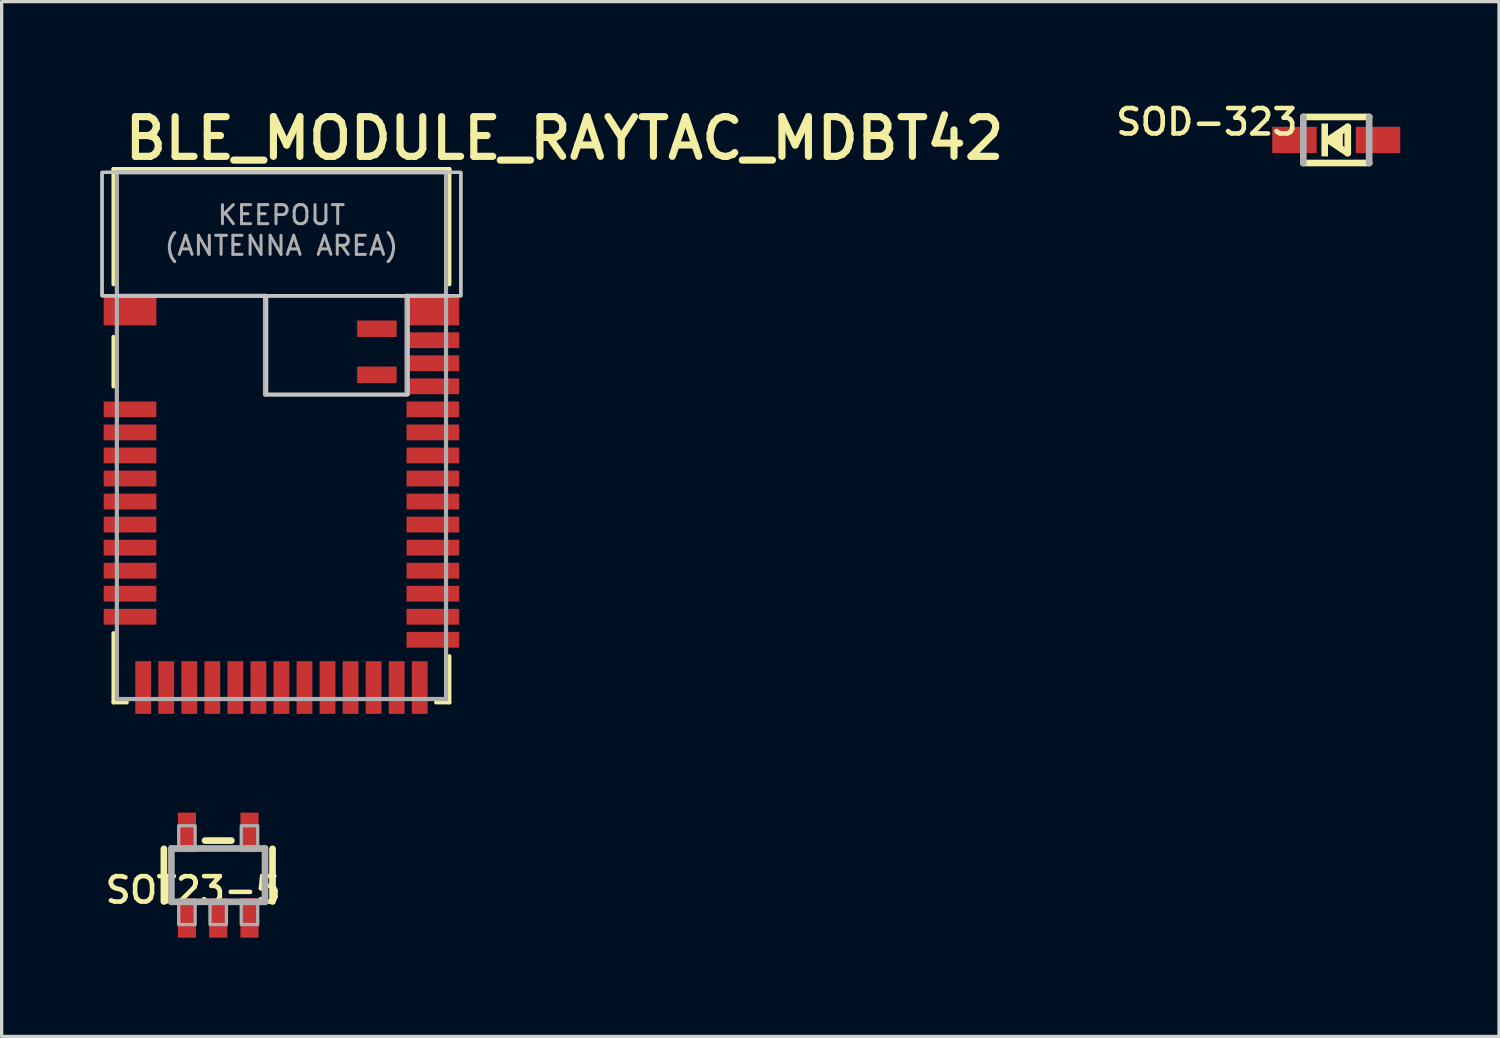
<source format=kicad_pcb>
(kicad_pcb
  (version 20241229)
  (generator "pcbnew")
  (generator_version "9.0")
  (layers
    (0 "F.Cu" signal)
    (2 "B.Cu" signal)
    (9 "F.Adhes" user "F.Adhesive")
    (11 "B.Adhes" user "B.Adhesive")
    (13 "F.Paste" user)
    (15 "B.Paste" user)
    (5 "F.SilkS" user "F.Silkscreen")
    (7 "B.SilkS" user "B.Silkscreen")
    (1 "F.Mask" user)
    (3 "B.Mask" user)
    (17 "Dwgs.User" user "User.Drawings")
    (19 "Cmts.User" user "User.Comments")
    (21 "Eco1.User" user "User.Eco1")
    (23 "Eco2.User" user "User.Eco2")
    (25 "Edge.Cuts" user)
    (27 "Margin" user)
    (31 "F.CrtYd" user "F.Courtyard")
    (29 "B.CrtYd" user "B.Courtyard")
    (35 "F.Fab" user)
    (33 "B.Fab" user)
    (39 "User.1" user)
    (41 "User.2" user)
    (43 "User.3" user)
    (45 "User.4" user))
  (footprint "BLE_MODULE_RAYTAC_MDBT42"
    (layer "F.Cu")
    (at 5.5 10.186)
    (property "Reference" "BLE_MODULE_RAYTAC_MDBT42" (at -4.866 -8.328 0) (layer "F.SilkS") (effects (font (size 1.206 1.206) (thickness 0.217)) (justify left bottom)))
    (attr through_hole)
    (fp_line (start -5.1 -8.1) (end 5.1 -8.1) (stroke (width 0.127) (type solid)) (layer "F.SilkS"))
    (fp_line (start -5.1 -4.6) (end -5.1 -8.1) (stroke (width 0.127) (type solid)) (layer "F.SilkS"))
    (fp_line (start -5.1 -3) (end -5.1 -1.5) (stroke (width 0.127) (type solid)) (layer "F.SilkS"))
    (fp_line (start -5.1 8.1) (end -5.1 6) (stroke (width 0.127) (type solid)) (layer "F.SilkS"))
    (fp_line (start -4.7 8.1) (end -5.1 8.1) (stroke (width 0.127) (type solid)) (layer "F.SilkS"))
    (fp_line (start 4.7 8.1) (end 5.1 8.1) (stroke (width 0.127) (type solid)) (layer "F.SilkS"))
    (fp_line (start 5.1 -8.1) (end 5.1 -4.6) (stroke (width 0.127) (type solid)) (layer "F.SilkS"))
    (fp_line (start 5.1 8.1) (end 5.1 6.7) (stroke (width 0.127) (type solid)) (layer "F.SilkS"))
    (fp_poly (pts (xy -5.45 -4.25) (xy 5.45 -4.25) (xy 5.45 -8) (xy -5.45 -8)) (stroke (width 0.1) (type solid)) (fill no) (layer "Dwgs.User"))
    (fp_poly (pts (xy -0.45 -1.25) (xy 3.85 -1.25) (xy 3.85 -4.25) (xy -0.45 -4.25)) (stroke (width 0.1) (type solid)) (fill no) (layer "Dwgs.User"))
    (fp_poly (pts (xy 5.45 -8) (xy -5.45 -8) (xy -5.45 -4.25) (xy 5.45 -4.25)) (stroke (width 0.1) (type solid)) (fill no) (layer "Dwgs.User"))
    (fp_line (start -5 -8) (end 5 -8) (stroke (width 0.127) (type solid)) (layer "F.Fab"))
    (fp_line (start -5 -4.25) (end -5 -8) (stroke (width 0.127) (type solid)) (layer "F.Fab"))
    (fp_line (start -5 -4.25) (end -0.5 -4.25) (stroke (width 0.127) (type solid)) (layer "F.Fab"))
    (fp_line (start -5 8) (end -5 -4.25) (stroke (width 0.127) (type solid)) (layer "F.Fab"))
    (fp_line (start -0.5 -4.25) (end -0.5 -1.25) (stroke (width 0.127) (type solid)) (layer "F.Fab"))
    (fp_line (start -0.5 -1.25) (end 3.8 -1.25) (stroke (width 0.127) (type solid)) (layer "F.Fab"))
    (fp_line (start 3.8 -4.25) (end 5 -4.25) (stroke (width 0.127) (type solid)) (layer "F.Fab"))
    (fp_line (start 3.8 -1.25) (end 3.8 -4.25) (stroke (width 0.127) (type solid)) (layer "F.Fab"))
    (fp_line (start 5 -8) (end 5 -4.25) (stroke (width 0.127) (type solid)) (layer "F.Fab"))
    (fp_line (start 5 -4.25) (end 5 8) (stroke (width 0.127) (type solid)) (layer "F.Fab"))
    (fp_line (start 5 8) (end -5 8) (stroke (width 0.127) (type solid)) (layer "F.Fab"))
    (fp_text user "KEEPOUT\n(ANTENNA AREA)" (at 0 -6.238 0) (layer "F.Fab") (effects (font (size 0.579 0.579) (thickness 0.091))))
    (pad "1" smd rect (at -4.6 -3.8) (size 1.6 0.9) (layers "F.Cu" "F.Mask" "F.Paste"))
    (pad "2" smd rect (at -4.6 -0.8) (size 1.6 0.48) (layers "F.Cu" "F.Mask" "F.Paste"))
    (pad "3" smd rect (at -4.6 -0.1) (size 1.6 0.48) (layers "F.Cu" "F.Mask" "F.Paste"))
    (pad "4" smd rect (at -4.6 0.6) (size 1.6 0.48) (layers "F.Cu" "F.Mask" "F.Paste"))
    (pad "5" smd rect (at -4.6 1.3) (size 1.6 0.48) (layers "F.Cu" "F.Mask" "F.Paste"))
    (pad "6" smd rect (at -4.6 2) (size 1.6 0.48) (layers "F.Cu" "F.Mask" "F.Paste"))
    (pad "7" smd rect (at -4.6 2.7) (size 1.6 0.48) (layers "F.Cu" "F.Mask" "F.Paste"))
    (pad "8" smd rect (at -4.6 3.4) (size 1.6 0.48) (layers "F.Cu" "F.Mask" "F.Paste"))
    (pad "9" smd rect (at -4.6 4.1) (size 1.6 0.48) (layers "F.Cu" "F.Mask" "F.Paste"))
    (pad "10" smd rect (at -4.6 4.8) (size 1.6 0.48) (layers "F.Cu" "F.Mask" "F.Paste"))
    (pad "11" smd rect (at -4.6 5.5) (size 1.6 0.48) (layers "F.Cu" "F.Mask" "F.Paste"))
    (pad "12" smd rect (at -4.2 7.65 90) (size 1.6 0.48) (layers "F.Cu" "F.Mask" "F.Paste"))
    (pad "13" smd rect (at -3.5 7.65 90) (size 1.6 0.48) (layers "F.Cu" "F.Mask" "F.Paste"))
    (pad "14" smd rect (at -2.8 7.65 90) (size 1.6 0.48) (layers "F.Cu" "F.Mask" "F.Paste"))
    (pad "15" smd rect (at -2.1 7.65 90) (size 1.6 0.48) (layers "F.Cu" "F.Mask" "F.Paste"))
    (pad "16" smd rect (at -1.4 7.65 90) (size 1.6 0.48) (layers "F.Cu" "F.Mask" "F.Paste"))
    (pad "17" smd rect (at -0.7 7.65 90) (size 1.6 0.48) (layers "F.Cu" "F.Mask" "F.Paste"))
    (pad "18" smd rect (at 0 7.65 90) (size 1.6 0.48) (layers "F.Cu" "F.Mask" "F.Paste"))
    (pad "19" smd rect (at 0.7 7.65 90) (size 1.6 0.48) (layers "F.Cu" "F.Mask" "F.Paste"))
    (pad "20" smd rect (at 1.4 7.65 90) (size 1.6 0.48) (layers "F.Cu" "F.Mask" "F.Paste"))
    (pad "21" smd rect (at 2.1 7.65 90) (size 1.6 0.48) (layers "F.Cu" "F.Mask" "F.Paste"))
    (pad "22" smd rect (at 2.8 7.65 90) (size 1.6 0.48) (layers "F.Cu" "F.Mask" "F.Paste"))
    (pad "23" smd rect (at 3.5 7.65 90) (size 1.6 0.48) (layers "F.Cu" "F.Mask" "F.Paste"))
    (pad "24" smd rect (at 4.2 7.65 90) (size 1.6 0.48) (layers "F.Cu" "F.Mask" "F.Paste"))
    (pad "25" smd rect (at 4.6 6.2) (size 1.6 0.48) (layers "F.Cu" "F.Mask" "F.Paste"))
    (pad "26" smd rect (at 4.6 5.5) (size 1.6 0.48) (layers "F.Cu" "F.Mask" "F.Paste"))
    (pad "27" smd rect (at 4.6 4.8) (size 1.6 0.48) (layers "F.Cu" "F.Mask" "F.Paste"))
    (pad "28" smd rect (at 4.6 4.1) (size 1.6 0.48) (layers "F.Cu" "F.Mask" "F.Paste"))
    (pad "29" smd rect (at 4.6 3.4) (size 1.6 0.48) (layers "F.Cu" "F.Mask" "F.Paste"))
    (pad "30" smd rect (at 4.6 2.7) (size 1.6 0.48) (layers "F.Cu" "F.Mask" "F.Paste"))
    (pad "31" smd rect (at 4.6 2) (size 1.6 0.48) (layers "F.Cu" "F.Mask" "F.Paste"))
    (pad "32" smd rect (at 4.6 1.3) (size 1.6 0.48) (layers "F.Cu" "F.Mask" "F.Paste"))
    (pad "33" smd rect (at 4.6 0.6) (size 1.6 0.48) (layers "F.Cu" "F.Mask" "F.Paste"))
    (pad "34" smd rect (at 4.6 -0.1) (size 1.6 0.48) (layers "F.Cu" "F.Mask" "F.Paste"))
    (pad "35" smd rect (at 4.6 -0.8) (size 1.6 0.48) (layers "F.Cu" "F.Mask" "F.Paste"))
    (pad "36" smd rect (at 4.6 -1.5) (size 1.6 0.48) (layers "F.Cu" "F.Mask" "F.Paste"))
    (pad "37" smd rect (at 4.6 -2.2) (size 1.6 0.48) (layers "F.Cu" "F.Mask" "F.Paste"))
    (pad "38" smd rect (at 4.6 -2.9) (size 1.6 0.48) (layers "F.Cu" "F.Mask" "F.Paste"))
    (pad "39" smd rect (at 4.6 -3.8) (size 1.6 0.9) (layers "F.Cu" "F.Mask" "F.Paste"))
    (pad "40" smd rect (at 2.9 -3.25) (size 1.2 0.5) (layers "F.Cu" "F.Mask" "F.Paste"))
    (pad "41" smd rect (at 2.9 -1.85) (size 1.2 0.5) (layers "F.Cu" "F.Mask" "F.Paste")))
  (footprint "SOT23-5"
    (layer "F.Cu")
    (at 3.579 23.536)
    (property "Reference" "SOT23-5" (at 1.978 0 180) (layer "F.SilkS") (effects (font (size 0.772 0.772) (thickness 0.139)) (justify right top)))
    (attr through_hole)
    (fp_line (start -1.65 -0.8) (end -1.65 0.8) (stroke (width 0.203) (type solid)) (layer "F.SilkS"))
    (fp_line (start -0.4 -1.05) (end 0.4 -1.05) (stroke (width 0.203) (type solid)) (layer "F.SilkS"))
    (fp_line (start 1.65 -0.8) (end 1.65 0.8) (stroke (width 0.203) (type solid)) (layer "F.SilkS"))
    (fp_line (start -1.422 -0.81) (end 1.422 -0.81) (stroke (width 0.203) (type solid)) (layer "F.Fab"))
    (fp_line (start -1.422 0.81) (end -1.422 -0.81) (stroke (width 0.203) (type solid)) (layer "F.Fab"))
    (fp_line (start 1.422 -0.81) (end 1.422 0.81) (stroke (width 0.203) (type solid)) (layer "F.Fab"))
    (fp_line (start 1.422 0.81) (end -1.422 0.81) (stroke (width 0.203) (type solid)) (layer "F.Fab"))
    (fp_poly (pts (xy -1.2 -0.85) (xy -0.7 -0.85) (xy -0.7 -1.5) (xy -1.2 -1.5)) (stroke (width 0.1) (type solid)) (fill no) (layer "F.Fab"))
    (fp_poly (pts (xy -1.2 1.5) (xy -0.7 1.5) (xy -0.7 0.85) (xy -1.2 0.85)) (stroke (width 0.1) (type solid)) (fill no) (layer "F.Fab"))
    (fp_poly (pts (xy -0.25 1.5) (xy 0.25 1.5) (xy 0.25 0.85) (xy -0.25 0.85)) (stroke (width 0.1) (type solid)) (fill no) (layer "F.Fab"))
    (fp_poly (pts (xy 0.7 -0.85) (xy 1.2 -0.85) (xy 1.2 -1.5) (xy 0.7 -1.5)) (stroke (width 0.1) (type solid)) (fill no) (layer "F.Fab"))
    (fp_poly (pts (xy 0.7 1.5) (xy 1.2 1.5) (xy 1.2 0.85) (xy 0.7 0.85)) (stroke (width 0.1) (type solid)) (fill no) (layer "F.Fab"))
    (pad "1" smd rect (at -0.95 1.3) (size 0.55 1.2) (layers "F.Cu" "F.Mask" "F.Paste"))
    (pad "2" smd rect (at 0 1.3) (size 0.55 1.2) (layers "F.Cu" "F.Mask" "F.Paste"))
    (pad "3" smd rect (at 0.95 1.3) (size 0.55 1.2) (layers "F.Cu" "F.Mask" "F.Paste"))
    (pad "4" smd rect (at 0.95 -1.3) (size 0.55 1.2) (layers "F.Cu" "F.Mask" "F.Paste"))
    (pad "5" smd rect (at -0.95 -1.3) (size 0.55 1.2) (layers "F.Cu" "F.Mask" "F.Paste")))
  (footprint "SOD-323"
    (layer "F.Cu")
    (at 37.543 1.202)
    (property "Reference" "SOD-323" (at -1.1 -1 180) (layer "F.SilkS") (effects (font (size 0.772 0.772) (thickness 0.139)) (justify right top)))
    (attr through_hole)
    (fp_line (start -1 -0.7) (end 1 -0.7) (stroke (width 0.203) (type solid)) (layer "F.SilkS"))
    (fp_line (start -0.25 0) (end 0.35 -0.4) (stroke (width 0.203) (type solid)) (layer "F.SilkS"))
    (fp_line (start 0.35 -0.4) (end 0.35 0.4) (stroke (width 0.203) (type solid)) (layer "F.SilkS"))
    (fp_line (start 0.35 0.4) (end -0.25 0) (stroke (width 0.203) (type solid)) (layer "F.SilkS"))
    (fp_line (start 1 0.7) (end -1 0.7) (stroke (width 0.203) (type solid)) (layer "F.SilkS"))
    (fp_poly (pts (xy -0.1 0) (xy 0.2 -0.2) (xy 0.2 0.2)) (stroke (width 0) (type solid)) (fill yes) (layer "F.SilkS"))
    (fp_poly (pts (xy -0.45 0.5) (xy -0.25 0.5) (xy -0.25 -0.5) (xy -0.45 -0.5)) (stroke (width 0) (type solid)) (fill yes) (layer "F.SilkS"))
    (fp_line (start -1 0.7) (end -1 -0.7) (stroke (width 0.203) (type solid)) (layer "F.Fab"))
    (fp_line (start 1 -0.7) (end 1 0.7) (stroke (width 0.203) (type solid)) (layer "F.Fab"))
    (pad "A" smd rect (at 1.27 0) (size 1.35 0.8) (layers "F.Cu" "F.Mask" "F.Paste"))
    (pad "C" smd rect (at -1.27 0) (size 1.35 0.8) (layers "F.Cu" "F.Mask" "F.Paste")))
  (gr_rect
    (start -3 -3)
    (end 42.488 28.436)
    (stroke (width 0.1) (type default))
    (fill no)
    (layer "Edge.Cuts")))
</source>
